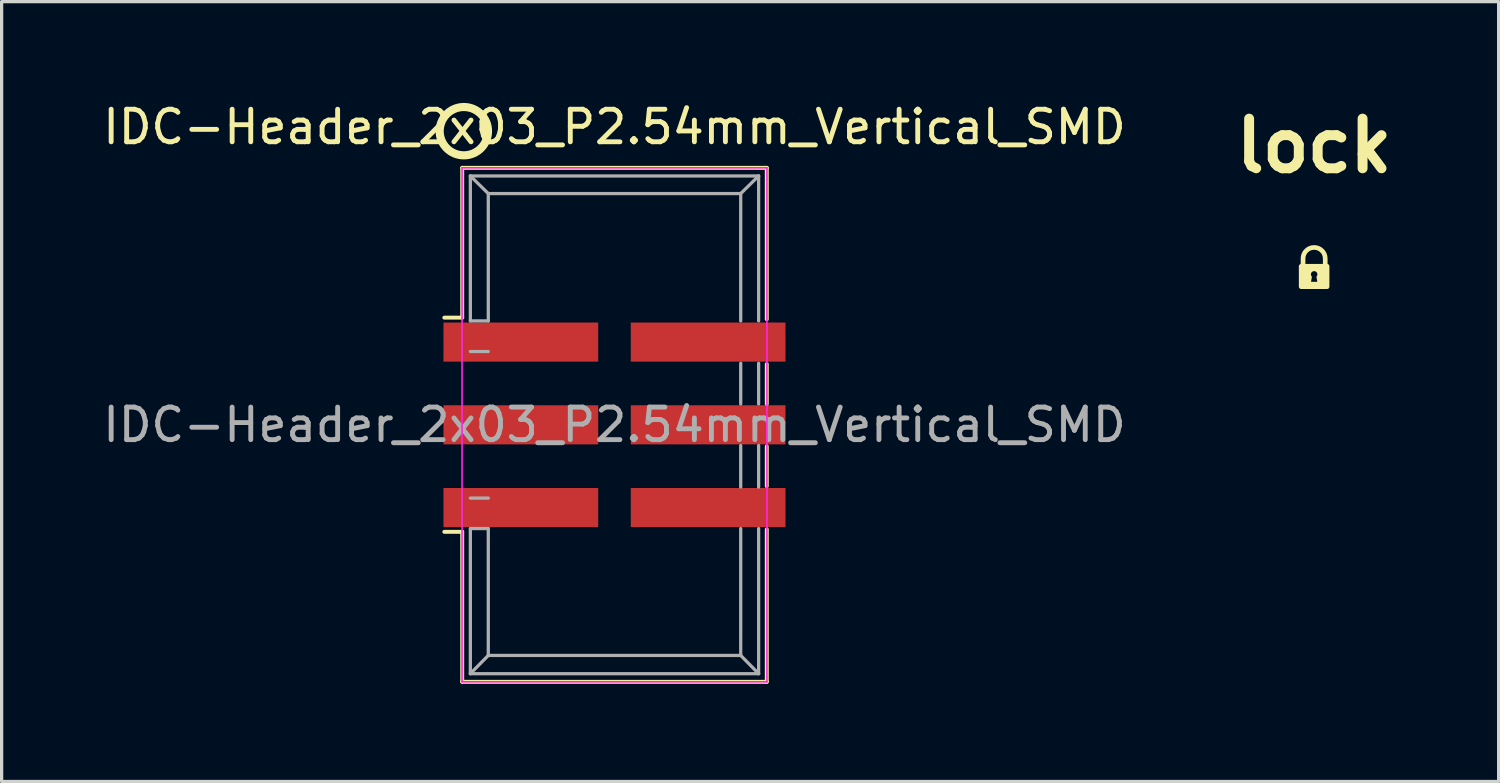
<source format=kicad_pcb>
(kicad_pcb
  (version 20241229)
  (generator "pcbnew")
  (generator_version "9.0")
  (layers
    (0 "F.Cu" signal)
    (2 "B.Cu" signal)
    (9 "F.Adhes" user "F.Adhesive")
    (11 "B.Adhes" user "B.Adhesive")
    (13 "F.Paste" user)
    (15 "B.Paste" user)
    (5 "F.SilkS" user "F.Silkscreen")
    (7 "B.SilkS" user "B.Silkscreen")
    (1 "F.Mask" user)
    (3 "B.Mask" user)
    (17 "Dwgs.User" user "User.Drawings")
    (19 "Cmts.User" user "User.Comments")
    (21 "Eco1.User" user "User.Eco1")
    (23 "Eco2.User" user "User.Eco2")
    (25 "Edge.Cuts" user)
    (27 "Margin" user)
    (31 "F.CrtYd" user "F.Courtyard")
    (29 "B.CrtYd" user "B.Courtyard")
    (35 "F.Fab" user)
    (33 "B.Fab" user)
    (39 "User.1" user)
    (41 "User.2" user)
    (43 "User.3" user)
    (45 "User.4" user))
  (footprint "IDC-Header_2x03_P2.54mm_Vertical_SMD"
    (layer "F.Cu")
    (at 15.815 7.452)
    (property "Reference" "IDC-Header_2x03_P2.54mm_Vertical_SMD" (at 0 -6.604 0) (layer "F.SilkS") (effects (font (size 1 1) (thickness 0.15))))
    (attr through_hole)
    (fp_line (start -5.225 -0.75) (end -4.675 -0.75) (stroke (width 0.12) (type solid)) (layer "F.SilkS"))
    (fp_line (start -5.225 5.825) (end -4.675 5.825) (stroke (width 0.12) (type solid)) (layer "F.SilkS"))
    (fp_line (start -4.675 -5.35) (end -4.675 -0.75) (stroke (width 0.12) (type solid)) (layer "F.SilkS"))
    (fp_line (start -4.675 -5.35) (end 4.675 -5.35) (stroke (width 0.12) (type solid)) (layer "F.SilkS"))
    (fp_line (start -4.675 10.43) (end -4.675 5.825) (stroke (width 0.12) (type solid)) (layer "F.SilkS"))
    (fp_line (start 4.675 -5.35) (end 4.675 -0.7) (stroke (width 0.12) (type solid)) (layer "F.SilkS"))
    (fp_line (start 4.675 0.675) (end 4.675 1.9) (stroke (width 0.12) (type solid)) (layer "F.SilkS"))
    (fp_line (start 4.675 3.2) (end 4.675 4.425) (stroke (width 0.12) (type solid)) (layer "F.SilkS"))
    (fp_line (start 4.675 5.75) (end 4.675 10.43) (stroke (width 0.12) (type solid)) (layer "F.SilkS"))
    (fp_line (start 4.675 10.43) (end -4.675 10.43) (stroke (width 0.12) (type solid)) (layer "F.SilkS"))
    (fp_circle (center -4.625 -6.475) (end -3.883 -6.475) (stroke (width 0.25) (type solid)) (fill no) (layer "F.SilkS"))
    (fp_line (start -4.68 -5.35) (end 4.68 -5.35) (stroke (width 0.05) (type solid)) (layer "F.CrtYd"))
    (fp_line (start -4.68 10.43) (end -4.68 -5.35) (stroke (width 0.05) (type solid)) (layer "F.CrtYd"))
    (fp_line (start 4.68 -5.35) (end 4.68 10.43) (stroke (width 0.05) (type solid)) (layer "F.CrtYd"))
    (fp_line (start 4.68 10.43) (end -4.68 10.43) (stroke (width 0.05) (type solid)) (layer "F.CrtYd"))
    (fp_line (start -4.425 -5.1) (end -4.425 -0.65) (stroke (width 0.1) (type solid)) (layer "F.Fab"))
    (fp_line (start -4.425 -5.1) (end -3.875 -4.56) (stroke (width 0.1) (type solid)) (layer "F.Fab"))
    (fp_line (start -4.425 5.73) (end -4.425 10.18) (stroke (width 0.1) (type solid)) (layer "F.Fab"))
    (fp_line (start -4.425 10.18) (end -3.875 9.62) (stroke (width 0.1) (type solid)) (layer "F.Fab"))
    (fp_line (start -3.875 -4.56) (end -3.875 -0.65) (stroke (width 0.1) (type solid)) (layer "F.Fab"))
    (fp_line (start -3.875 -0.65) (end -4.425 -0.65) (stroke (width 0.1) (type solid)) (layer "F.Fab"))
    (fp_line (start -3.875 0.29) (end -4.425 0.29) (stroke (width 0.1) (type solid)) (layer "F.Fab"))
    (fp_line (start -3.875 4.79) (end -4.425 4.79) (stroke (width 0.1) (type solid)) (layer "F.Fab"))
    (fp_line (start -3.875 5.725) (end -4.425 5.725) (stroke (width 0.1) (type solid)) (layer "F.Fab"))
    (fp_line (start -3.875 5.725) (end -3.875 9.62) (stroke (width 0.1) (type solid)) (layer "F.Fab"))
    (fp_line (start 3.875 -4.56) (end -3.875 -4.56) (stroke (width 0.1) (type solid)) (layer "F.Fab"))
    (fp_line (start 3.875 -4.56) (end 3.875 -0.65) (stroke (width 0.1) (type solid)) (layer "F.Fab"))
    (fp_line (start 3.875 0.65) (end 3.875 1.9) (stroke (width 0.1) (type solid)) (layer "F.Fab"))
    (fp_line (start 3.875 3.175) (end 3.875 4.45) (stroke (width 0.1) (type solid)) (layer "F.Fab"))
    (fp_line (start 3.875 5.725) (end 3.875 9.62) (stroke (width 0.1) (type solid)) (layer "F.Fab"))
    (fp_line (start 3.875 9.62) (end -3.875 9.62) (stroke (width 0.1) (type solid)) (layer "F.Fab"))
    (fp_line (start 4.425 -5.1) (end -4.425 -5.1) (stroke (width 0.1) (type solid)) (layer "F.Fab"))
    (fp_line (start 4.425 -5.1) (end 3.875 -4.56) (stroke (width 0.1) (type solid)) (layer "F.Fab"))
    (fp_line (start 4.425 -5.1) (end 4.425 -0.65) (stroke (width 0.1) (type solid)) (layer "F.Fab"))
    (fp_line (start 4.425 0.65) (end 4.425 1.9) (stroke (width 0.1) (type solid)) (layer "F.Fab"))
    (fp_line (start 4.425 3.175) (end 4.425 4.45) (stroke (width 0.1) (type solid)) (layer "F.Fab"))
    (fp_line (start 4.425 5.725) (end 4.425 10.18) (stroke (width 0.1) (type solid)) (layer "F.Fab"))
    (fp_line (start 4.425 10.18) (end -4.425 10.18) (stroke (width 0.1) (type solid)) (layer "F.Fab"))
    (fp_line (start 4.425 10.18) (end 3.875 9.62) (stroke (width 0.1) (type solid)) (layer "F.Fab"))
    (fp_text user "${REFERENCE}" (at 0 2.54 0) (layer "F.Fab") (effects (font (size 1 1) (thickness 0.15))))
    (pad "1" smd rect (at -2.875 0) (size 4.75 1.2) (layers "F.Cu" "F.Mask" "F.Paste"))
    (pad "2" smd rect (at 2.875 0) (size 4.75 1.2) (layers "F.Cu" "F.Mask" "F.Paste"))
    (pad "3" smd rect (at -2.875 2.54) (size 4.75 1.2) (layers "F.Cu" "F.Mask" "F.Paste"))
    (pad "4" smd rect (at 2.875 2.54) (size 4.75 1.2) (layers "F.Cu" "F.Mask" "F.Paste"))
    (pad "5" smd rect (at -2.875 5.08) (size 4.75 1.2) (layers "F.Cu" "F.Mask" "F.Paste"))
    (pad "6" smd rect (at 2.875 5.08) (size 4.75 1.2) (layers "F.Cu" "F.Mask" "F.Paste")))
  (footprint "lock"
    (layer "F.Cu")
    (at 37.294 5.149)
    (property "Reference" "lock" (at 0 -3.722 0) (layer "F.SilkS") (effects (font (size 1.524 1.524) (thickness 0.305))))
    (attr smd)
    (fp_poly (pts (xy -0.000229 -0.674) (xy -0.000229 -0.531) (xy 0.000229 -0.531) (xy 0.054 -0.525) (xy 0.105 -0.51) (xy 0.15 -0.485) (xy 0.19 -0.452) (xy 0.223 -0.413) (xy 0.248 -0.367) (xy 0.263 -0.317) (xy 0.269 -0.263) (xy 0.269 -0.096) (xy -0.268 -0.096) (xy -0.268 -0.263) (xy -0.263 -0.317) (xy -0.247 -0.367) (xy -0.223 -0.413) (xy -0.19 -0.452) (xy -0.15 -0.485) (xy -0.105 -0.51) (xy -0.054 -0.525) (xy -0.000229 -0.531) (xy -0.000229 -0.531) (xy -0.000229 -0.674) (xy -0.083 -0.666) (xy -0.16 -0.642) (xy -0.23 -0.604) (xy -0.291 -0.553) (xy -0.342 -0.493) (xy -0.38 -0.423) (xy -0.092 0.45) (xy -0.094 0.44) (xy -0.068 0.298) (xy -0.092 0.265) (xy -0.1 0.224) (xy -0.093 0.185) (xy -0.071 0.153) (xy -0.039 0.132) (xy 0.00023 0.124) (xy 0.000229 0.124) (xy 0.001 0.124) (xy 0.04 0.132) (xy 0.072 0.153) (xy 0.093 0.185) (xy 0.101 0.224) (xy 0.093 0.264) (xy 0.07 0.297) (xy 0.096 0.44) (xy 0.094 0.45) (xy 0.085 0.453) (xy -0.083 0.453) (xy -0.092 0.45) (xy -0.38 -0.423) (xy -0.404 -0.345) (xy -0.412 -0.263) (xy -0.412 -0.095) (xy -0.435 -0.086) (xy -0.453 -0.07) (xy -0.465 -0.049) (xy -0.469 -0.025) (xy -0.469 0.602) (xy -0.463 0.63) (xy -0.448 0.653) (xy -0.425 0.668) (xy -0.397 0.674) (xy 0.398 0.674) (xy 0.425 0.668) (xy 0.448 0.653) (xy 0.463 0.63) (xy 0.469 0.602) (xy 0.469 -0.025) (xy 0.465 -0.049) (xy 0.453 -0.07) (xy 0.435 -0.086) (xy 0.412 -0.095) (xy 0.412 -0.263) (xy 0.404 -0.345) (xy 0.38 -0.423) (xy 0.342 -0.493) (xy 0.291 -0.553) (xy 0.23 -0.604) (xy 0.16 -0.642) (xy 0.083 -0.666) (xy 0.000229 -0.674) (xy -0.000229 -0.674) (xy -0.000229 -0.674)) (stroke (width 0) (type solid)) (fill yes) (layer "F.SilkS")))
  (gr_rect
    (start -3 -3)
    (end 42.958 20.942)
    (stroke (width 0.1) (type default))
    (fill no)
    (layer "Edge.Cuts")))
</source>
